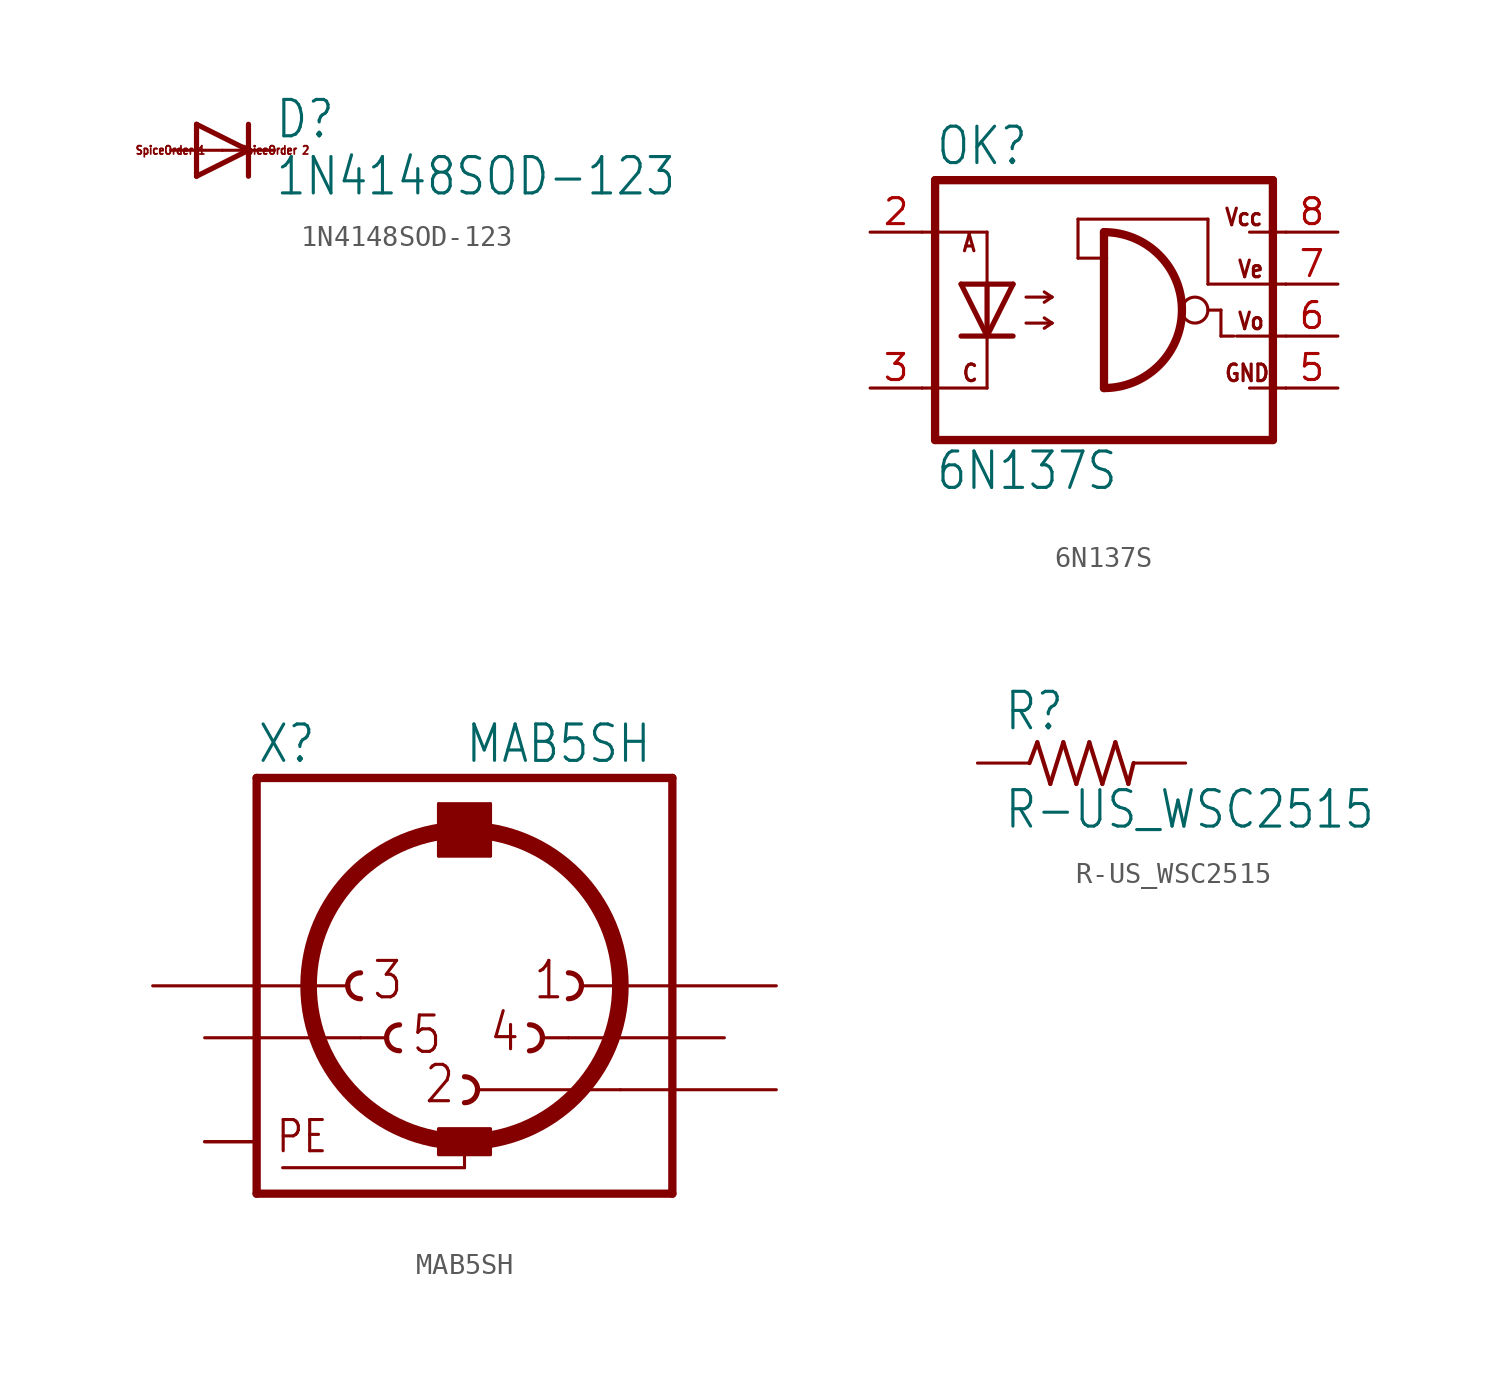
<source format=kicad_sym>
(kicad_symbol_lib
  (version 20211014)
  (generator kicad_symbol_editor)
  (symbol "1N4148SOD-123"
    (property "Reference" "D"
      (at 2.54 0.483 0)
      (effects (font (size 1.778 1.511)) (justify left bottom)))
    (property "Value" "1N4148SOD-123"
      (at 2.54 -2.311 0)
      (effects (font (size 1.778 1.511)) (justify left bottom)))
    (property "ki_locked" ""
      (at 0 0 0)
      (effects (font (size 1.27 1.27))))
    (symbol "1N4148SOD-123_1_0"
      (polyline (pts (xy -1.27 -1.27) (xy 1.27 0)) (stroke (width 0.254) (type default) (color 0 0 0 0)) (fill (type none)))
      (polyline (pts (xy -1.27 1.27) (xy -1.27 -1.27)) (stroke (width 0.254) (type default) (color 0 0 0 0)) (fill (type none)))
      (polyline (pts (xy 1.27 0) (xy -1.27 1.27)) (stroke (width 0.254) (type default) (color 0 0 0 0)) (fill (type none)))
      (polyline (pts (xy 1.27 0) (xy 1.27 -1.27)) (stroke (width 0.254) (type default) (color 0 0 0 0)) (fill (type none)))
      (polyline (pts (xy 1.27 1.27) (xy 1.27 0)) (stroke (width 0.254) (type default) (color 0 0 0 0)) (fill (type none)))
      (text "SpiceOrder 1" (at -2.54 0 0) (effects (font (size 0.406 0.345))))
      (text "SpiceOrder 2" (at 2.54 0 0) (effects (font (size 0.406 0.345))))
      (pin passive line (at -2.54 0 0) (length 2.54) (name "A" (effects (font (size 0 0)))) (number "A" (effects (font (size 0 0)))))
      (pin passive line (at 2.54 0 180) (length 2.54) (name "C" (effects (font (size 0 0)))) (number "C" (effects (font (size 0 0)))))))
  (symbol "6N137S"
    (property "Reference" "OK"
      (at -9.525 8.255 0)
      (effects (font (size 1.778 1.511)) (justify left bottom)))
    (property "Value" "6N137S"
      (at -9.525 -7.62 0)
      (effects (font (size 1.778 1.511)) (justify left bottom)))
    (property "ki_locked" ""
      (at 0 0 0)
      (effects (font (size 1.27 1.27))))
    (symbol "6N137S_1_0"
      (arc (start -1.27 -2.54) (mid 2.54 1.27) (end -1.27 5.08) (stroke (width 0.4064) (type default) (color 0 0 0 0)) (fill (type none)))
      (polyline (pts (xy -10.16 -2.54) (xy -6.985 -2.54)) (stroke (width 0.152) (type default) (color 0 0 0 0)) (fill (type none)))
      (polyline (pts (xy -10.16 5.08) (xy -6.985 5.08)) (stroke (width 0.152) (type default) (color 0 0 0 0)) (fill (type none)))
      (polyline (pts (xy -9.525 7.62) (xy -9.525 -5.08)) (stroke (width 0.406) (type default) (color 0 0 0 0)) (fill (type none)))
      (polyline (pts (xy -6.985 -2.54) (xy -6.985 0)) (stroke (width 0.152) (type default) (color 0 0 0 0)) (fill (type none)))
      (polyline (pts (xy -6.985 0) (xy -8.255 0)) (stroke (width 0.254) (type default) (color 0 0 0 0)) (fill (type none)))
      (polyline (pts (xy -6.985 0) (xy -8.255 2.54)) (stroke (width 0.254) (type default) (color 0 0 0 0)) (fill (type none)))
      (polyline (pts (xy -6.985 2.54) (xy -8.255 2.54)) (stroke (width 0.254) (type default) (color 0 0 0 0)) (fill (type none)))
      (polyline (pts (xy -6.985 2.54) (xy -6.985 0)) (stroke (width 0.254) (type default) (color 0 0 0 0)) (fill (type none)))
      (polyline (pts (xy -6.985 2.54) (xy -6.985 5.08)) (stroke (width 0.152) (type default) (color 0 0 0 0)) (fill (type none)))
      (polyline (pts (xy -5.715 0) (xy -6.985 0)) (stroke (width 0.254) (type default) (color 0 0 0 0)) (fill (type none)))
      (polyline (pts (xy -5.715 2.54) (xy -6.985 0)) (stroke (width 0.254) (type default) (color 0 0 0 0)) (fill (type none)))
      (polyline (pts (xy -5.715 2.54) (xy -6.985 2.54)) (stroke (width 0.254) (type default) (color 0 0 0 0)) (fill (type none)))
      (polyline (pts (xy -5.08 0.635) (xy -3.81 0.635)) (stroke (width 0.152) (type default) (color 0 0 0 0)) (fill (type none)))
      (polyline (pts (xy -5.08 1.905) (xy -3.81 1.905)) (stroke (width 0.152) (type default) (color 0 0 0 0)) (fill (type none)))
      (polyline (pts (xy -3.81 0.635) (xy -4.191 0.381)) (stroke (width 0.152) (type default) (color 0 0 0 0)) (fill (type none)))
      (polyline (pts (xy -3.81 0.635) (xy -4.191 0.889)) (stroke (width 0.152) (type default) (color 0 0 0 0)) (fill (type none)))
      (polyline (pts (xy -3.81 1.905) (xy -4.191 1.651)) (stroke (width 0.152) (type default) (color 0 0 0 0)) (fill (type none)))
      (polyline (pts (xy -3.81 1.905) (xy -4.191 2.159)) (stroke (width 0.152) (type default) (color 0 0 0 0)) (fill (type none)))
      (polyline (pts (xy -2.54 3.81) (xy -2.54 5.715)) (stroke (width 0.152) (type default) (color 0 0 0 0)) (fill (type none)))
      (polyline (pts (xy -2.54 5.715) (xy 3.81 5.715)) (stroke (width 0.152) (type default) (color 0 0 0 0)) (fill (type none)))
      (polyline (pts (xy -1.27 3.81) (xy -2.54 3.81)) (stroke (width 0.152) (type default) (color 0 0 0 0)) (fill (type none)))
      (polyline (pts (xy -1.27 3.81) (xy -1.27 -2.54)) (stroke (width 0.406) (type default) (color 0 0 0 0)) (fill (type none)))
      (polyline (pts (xy -1.27 5.08) (xy -1.27 3.81)) (stroke (width 0.406) (type default) (color 0 0 0 0)) (fill (type none)))
      (polyline (pts (xy 3.81 1.27) (xy 4.445 1.27)) (stroke (width 0.152) (type default) (color 0 0 0 0)) (fill (type none)))
      (polyline (pts (xy 3.81 2.54) (xy 7.62 2.54)) (stroke (width 0.152) (type default) (color 0 0 0 0)) (fill (type none)))
      (polyline (pts (xy 3.81 5.715) (xy 3.81 2.54)) (stroke (width 0.152) (type default) (color 0 0 0 0)) (fill (type none)))
      (polyline (pts (xy 4.445 0) (xy 5.08 0)) (stroke (width 0.152) (type default) (color 0 0 0 0)) (fill (type none)))
      (polyline (pts (xy 4.445 1.27) (xy 4.445 0)) (stroke (width 0.152) (type default) (color 0 0 0 0)) (fill (type none)))
      (polyline (pts (xy 5.207 0) (xy 7.62 0)) (stroke (width 0.152) (type default) (color 0 0 0 0)) (fill (type none)))
      (polyline (pts (xy 5.842 -2.54) (xy 7.62 -2.54)) (stroke (width 0.152) (type default) (color 0 0 0 0)) (fill (type none)))
      (polyline (pts (xy 5.842 5.08) (xy 7.62 5.08)) (stroke (width 0.152) (type default) (color 0 0 0 0)) (fill (type none)))
      (polyline (pts (xy 6.985 -5.08) (xy -9.525 -5.08)) (stroke (width 0.406) (type default) (color 0 0 0 0)) (fill (type none)))
      (polyline (pts (xy 6.985 7.62) (xy -9.525 7.62)) (stroke (width 0.406) (type default) (color 0 0 0 0)) (fill (type none)))
      (polyline (pts (xy 6.985 7.62) (xy 6.985 -5.08)) (stroke (width 0.406) (type default) (color 0 0 0 0)) (fill (type none)))
      (circle (center 3.175 1.27) (radius 0.635) (stroke (width 0.152) (type default) (color 0 0 0 0)) (fill (type none)))
      (text "A" (at -8.255 4.064 0) (effects (font (size 0.813 0.691)) (justify left bottom)))
      (text "C" (at -8.255 -2.286 0) (effects (font (size 0.813 0.691)) (justify left bottom)))
      (text "GND" (at 4.572 -2.286 0) (effects (font (size 0.813 0.691)) (justify left bottom)))
      (text "Vcc" (at 4.572 5.334 0) (effects (font (size 0.813 0.691)) (justify left bottom)))
      (text "Ve" (at 5.207 2.794 0) (effects (font (size 0.813 0.691)) (justify left bottom)))
      (text "Vo" (at 5.207 0.254 0) (effects (font (size 0.813 0.691)) (justify left bottom)))
      (pin passive line (at -12.7 5.08 0) (length 2.54) (name "A" (effects (font (size 0 0)))) (number "2" (effects (font (size 1.27 1.27)))))
      (pin passive line (at -12.7 -2.54 0) (length 2.54) (name "C" (effects (font (size 0 0)))) (number "3" (effects (font (size 1.27 1.27)))))
      (pin passive line (at 10.16 -2.54 180) (length 2.54) (name "GND" (effects (font (size 0 0)))) (number "5" (effects (font (size 1.27 1.27)))))
      (pin passive line (at 10.16 0 180) (length 2.54) (name "VO" (effects (font (size 0 0)))) (number "6" (effects (font (size 1.27 1.27)))))
      (pin passive line (at 10.16 2.54 180) (length 2.54) (name "VE" (effects (font (size 0 0)))) (number "7" (effects (font (size 1.27 1.27)))))
      (pin passive line (at 10.16 5.08 180) (length 2.54) (name "VCC" (effects (font (size 0 0)))) (number "8" (effects (font (size 1.27 1.27)))))))
  (symbol "MAB5SH"
    (property "Reference" "X"
      (at -10.16 10.795 0)
      (effects (font (size 1.778 1.511)) (justify left bottom)))
    (property "Value" "MAB5SH"
      (at 0 10.795 0)
      (effects (font (size 1.778 1.511)) (justify left bottom)))
    (property "ki_locked" ""
      (at 0 0 0)
      (effects (font (size 1.27 1.27))))
    (symbol "MAB5SH_1_0"
      (arc (start -5.715 0) (mid -5.529 -0.449) (end -5.08 -0.635) (stroke (width 0.254) (type default) (color 0 0 0 0)) (fill (type none)))
      (arc (start -5.08 0.635) (mid -5.529 0.449) (end -5.715 0) (stroke (width 0.254) (type default) (color 0 0 0 0)) (fill (type none)))
      (arc (start -3.81 -2.54) (mid -3.624 -2.989) (end -3.175 -3.175) (stroke (width 0.254) (type default) (color 0 0 0 0)) (fill (type none)))
      (arc (start -3.175 -1.905) (mid -3.624 -2.091) (end -3.81 -2.54) (stroke (width 0.254) (type default) (color 0 0 0 0)) (fill (type none)))
      (rectangle (start -1.27 -8.255) (end 1.27 -6.985) (stroke (width 0) (type default) (color 0 0 0 0)) (fill (type outline)))
      (rectangle (start -1.27 6.35) (end 1.27 8.89) (stroke (width 0) (type default) (color 0 0 0 0)) (fill (type outline)))
      (arc (start 0 -5.715) (mid 0.449 -5.529) (end 0.635 -5.08) (stroke (width 0.254) (type default) (color 0 0 0 0)) (fill (type none)))
      (polyline (pts (xy -10.16 -10.16) (xy -10.16 10.16)) (stroke (width 0.406) (type default) (color 0 0 0 0)) (fill (type none)))
      (polyline (pts (xy -10.16 -10.16) (xy 10.16 -10.16)) (stroke (width 0.406) (type default) (color 0 0 0 0)) (fill (type none)))
      (polyline (pts (xy -7.62 0) (xy -5.715 0)) (stroke (width 0.152) (type default) (color 0 0 0 0)) (fill (type none)))
      (polyline (pts (xy -5.08 -2.54) (xy -3.81 -2.54)) (stroke (width 0.152) (type default) (color 0 0 0 0)) (fill (type none)))
      (polyline (pts (xy -1.27 6.35) (xy -1.27 8.89)) (stroke (width 0.152) (type default) (color 0 0 0 0)) (fill (type none)))
      (polyline (pts (xy -1.27 6.35) (xy 1.27 6.35)) (stroke (width 0.152) (type default) (color 0 0 0 0)) (fill (type none)))
      (polyline (pts (xy -1.27 8.89) (xy 1.27 8.89)) (stroke (width 0.152) (type default) (color 0 0 0 0)) (fill (type none)))
      (polyline (pts (xy 0 -8.89) (xy -8.89 -8.89)) (stroke (width 0.152) (type default) (color 0 0 0 0)) (fill (type none)))
      (polyline (pts (xy 0 -8.89) (xy 0 -7.62)) (stroke (width 0.152) (type default) (color 0 0 0 0)) (fill (type none)))
      (polyline (pts (xy 0.635 -5.08) (xy 7.62 -5.08)) (stroke (width 0.152) (type default) (color 0 0 0 0)) (fill (type none)))
      (polyline (pts (xy 1.27 8.89) (xy 1.27 6.35)) (stroke (width 0.152) (type default) (color 0 0 0 0)) (fill (type none)))
      (polyline (pts (xy 3.81 -2.54) (xy 5.08 -2.54)) (stroke (width 0.152) (type default) (color 0 0 0 0)) (fill (type none)))
      (polyline (pts (xy 5.715 0) (xy 7.62 0)) (stroke (width 0.152) (type default) (color 0 0 0 0)) (fill (type none)))
      (polyline (pts (xy 10.16 10.16) (xy -10.16 10.16)) (stroke (width 0.406) (type default) (color 0 0 0 0)) (fill (type none)))
      (polyline (pts (xy 10.16 10.16) (xy 10.16 -10.16)) (stroke (width 0.406) (type default) (color 0 0 0 0)) (fill (type none)))
      (circle (center 0 0) (radius 7.62) (stroke (width 0.813) (type default) (color 0 0 0 0)) (fill (type none)))
      (arc (start 0.635 -5.08) (mid 0.449 -4.631) (end 0 -4.445) (stroke (width 0.254) (type default) (color 0 0 0 0)) (fill (type none)))
      (arc (start 3.175 -3.175) (mid 3.624 -2.989) (end 3.81 -2.54) (stroke (width 0.254) (type default) (color 0 0 0 0)) (fill (type none)))
      (arc (start 3.81 -2.54) (mid 3.624 -2.091) (end 3.175 -1.905) (stroke (width 0.254) (type default) (color 0 0 0 0)) (fill (type none)))
      (arc (start 5.08 -0.635) (mid 5.529 -0.449) (end 5.715 0) (stroke (width 0.254) (type default) (color 0 0 0 0)) (fill (type none)))
      (arc (start 5.715 0) (mid 5.529 0.449) (end 5.08 0.635) (stroke (width 0.254) (type default) (color 0 0 0 0)) (fill (type none)))
      (text "1" (at 3.302 -0.762 0) (effects (font (size 1.778 1.511)) (justify left bottom)))
      (text "2" (at -2.032 -5.842 0) (effects (font (size 1.778 1.511)) (justify left bottom)))
      (text "3" (at -4.572 -0.762 0) (effects (font (size 1.778 1.511)) (justify left bottom)))
      (text "4" (at 1.143 -3.302 0) (effects (font (size 1.778 1.511)) (justify left bottom)))
      (text "5" (at -2.667 -3.429 0) (effects (font (size 1.778 1.511)) (justify left bottom)))
      (text "PE" (at -9.271 -8.255 0) (effects (font (size 1.524 1.295)) (justify left bottom)))
      (pin passive line (at 15.24 0 180) (length 7.62) (name "1" (effects (font (size 0 0)))) (number "1" (effects (font (size 0 0)))))
      (pin passive line (at 15.24 -5.08 180) (length 7.62) (name "2" (effects (font (size 0 0)))) (number "2" (effects (font (size 0 0)))))
      (pin passive line (at -15.24 0 0) (length 7.62) (name "3" (effects (font (size 0 0)))) (number "3" (effects (font (size 0 0)))))
      (pin passive line (at 12.7 -2.54 180) (length 7.62) (name "4" (effects (font (size 0 0)))) (number "4" (effects (font (size 0 0)))))
      (pin passive line (at -12.7 -2.54 0) (length 7.62) (name "5" (effects (font (size 0 0)))) (number "5" (effects (font (size 0 0)))))
      (pin power_in line (at -12.7 -7.62 0) (length 2.54) (name "PE" (effects (font (size 0 0)))) (number "PE" (effects (font (size 0 0)))))
      (pin power_in line (at -12.7 -7.62 0) (length 2.54) (name "PE" (effects (font (size 0 0)))) (number "PE@" (effects (font (size 0 0)))))))
  (symbol "R-US_WSC2515"
    (property "Reference" "R"
      (at -3.81 1.499 0)
      (effects (font (size 1.778 1.511)) (justify left bottom)))
    (property "Value" "R-US_WSC2515"
      (at -3.81 -3.302 0)
      (effects (font (size 1.778 1.511)) (justify left bottom)))
    (property "ki_locked" ""
      (at 0 0 0)
      (effects (font (size 1.27 1.27))))
    (symbol "R-US_WSC2515_1_0"
      (polyline (pts (xy -2.54 0) (xy -2.159 1.016)) (stroke (width 0.203) (type default) (color 0 0 0 0)) (fill (type none)))
      (polyline (pts (xy -2.159 1.016) (xy -1.524 -1.016)) (stroke (width 0.203) (type default) (color 0 0 0 0)) (fill (type none)))
      (polyline (pts (xy -1.524 -1.016) (xy -0.889 1.016)) (stroke (width 0.203) (type default) (color 0 0 0 0)) (fill (type none)))
      (polyline (pts (xy -0.889 1.016) (xy -0.254 -1.016)) (stroke (width 0.203) (type default) (color 0 0 0 0)) (fill (type none)))
      (polyline (pts (xy -0.254 -1.016) (xy 0.381 1.016)) (stroke (width 0.203) (type default) (color 0 0 0 0)) (fill (type none)))
      (polyline (pts (xy 0.381 1.016) (xy 1.016 -1.016)) (stroke (width 0.203) (type default) (color 0 0 0 0)) (fill (type none)))
      (polyline (pts (xy 1.016 -1.016) (xy 1.651 1.016)) (stroke (width 0.203) (type default) (color 0 0 0 0)) (fill (type none)))
      (polyline (pts (xy 1.651 1.016) (xy 2.286 -1.016)) (stroke (width 0.203) (type default) (color 0 0 0 0)) (fill (type none)))
      (polyline (pts (xy 2.286 -1.016) (xy 2.54 0)) (stroke (width 0.203) (type default) (color 0 0 0 0)) (fill (type none)))
      (pin passive line (at -5.08 0 0) (length 2.54) (name "1" (effects (font (size 0 0)))) (number "1" (effects (font (size 0 0)))))
      (pin passive line (at 5.08 0 180) (length 2.54) (name "2" (effects (font (size 0 0)))) (number "2" (effects (font (size 0 0))))))))
</source>
